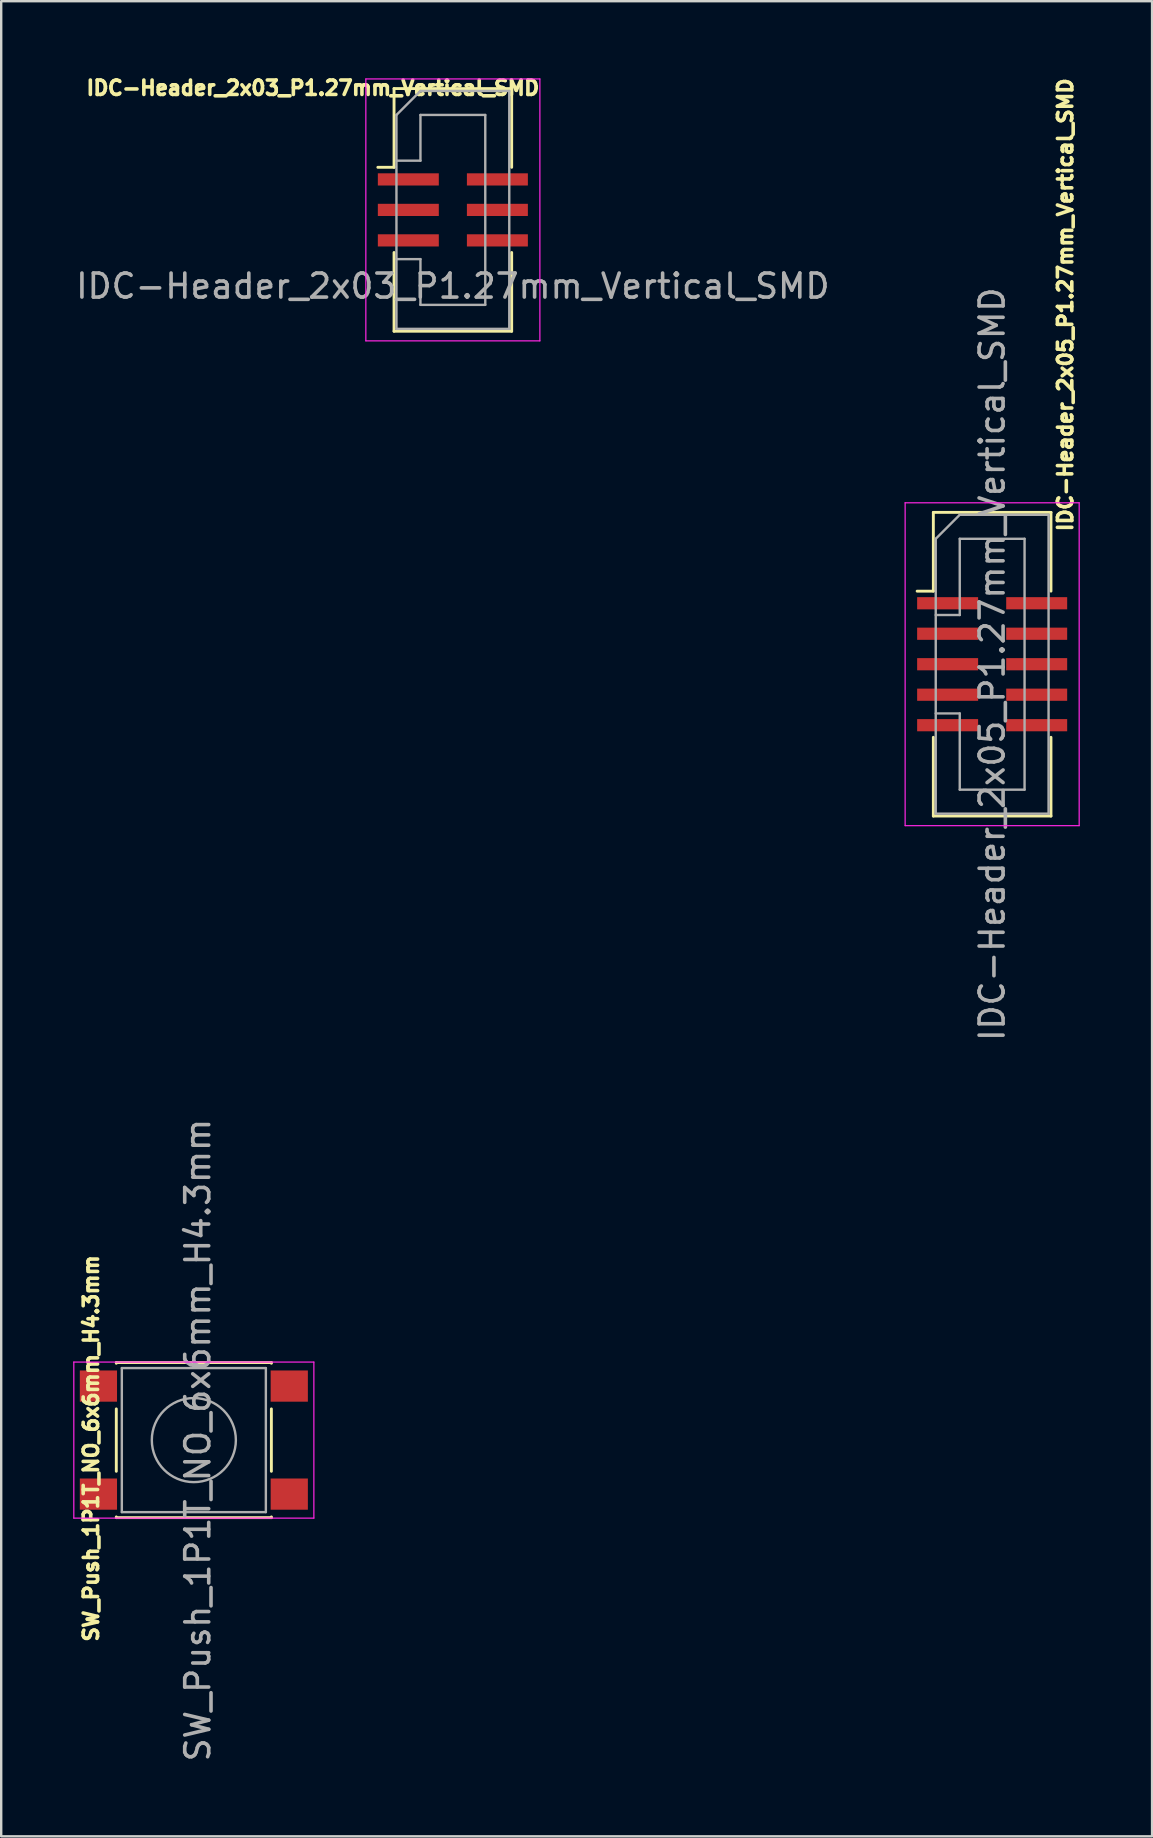
<source format=kicad_pcb>
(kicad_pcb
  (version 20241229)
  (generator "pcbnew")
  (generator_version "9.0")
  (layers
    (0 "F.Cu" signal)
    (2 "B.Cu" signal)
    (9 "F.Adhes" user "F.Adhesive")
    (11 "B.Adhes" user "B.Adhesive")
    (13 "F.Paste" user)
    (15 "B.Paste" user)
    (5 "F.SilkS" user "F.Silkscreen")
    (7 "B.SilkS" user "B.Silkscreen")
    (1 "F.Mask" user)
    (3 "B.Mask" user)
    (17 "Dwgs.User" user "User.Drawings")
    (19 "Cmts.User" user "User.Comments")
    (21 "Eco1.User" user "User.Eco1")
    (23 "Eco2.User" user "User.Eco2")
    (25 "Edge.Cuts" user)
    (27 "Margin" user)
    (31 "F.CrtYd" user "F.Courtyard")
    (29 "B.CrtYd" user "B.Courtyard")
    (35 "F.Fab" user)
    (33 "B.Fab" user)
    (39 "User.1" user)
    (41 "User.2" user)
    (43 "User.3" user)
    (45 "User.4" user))
  (footprint "IDC-Header_2x05_P1.27mm_Vertical_SMD"
    (layer "F.Cu")
    (at 37.646 22.08)
    (property "Reference" "IDC-Header_2x05_P1.27mm_Vertical_SMD" (at 3.683 -2.921 90) (layer "F.SilkS") (effects (font (size 0.6 0.6) (thickness 0.15)) (justify left)))
    (attr smd)
    (fp_line (start -2.49 -0.504) (end -1.815 -0.504) (stroke (width 0.12) (type solid)) (layer "F.SilkS"))
    (fp_line (start -1.815 -3.785) (end 3.085 -3.785) (stroke (width 0.12) (type solid)) (layer "F.SilkS"))
    (fp_line (start -1.815 -0.504) (end -1.815 -3.785) (stroke (width 0.12) (type solid)) (layer "F.SilkS"))
    (fp_line (start -1.815 5.584) (end -1.815 8.865) (stroke (width 0.12) (type solid)) (layer "F.SilkS"))
    (fp_line (start -1.815 8.865) (end 3.085 8.865) (stroke (width 0.12) (type solid)) (layer "F.SilkS"))
    (fp_line (start 3.085 -3.785) (end 3.085 -0.504) (stroke (width 0.12) (type solid)) (layer "F.SilkS"))
    (fp_line (start 3.085 8.865) (end 3.085 5.584) (stroke (width 0.12) (type solid)) (layer "F.SilkS"))
    (fp_line (start -2.99 -4.185) (end -2.99 9.265) (stroke (width 0.05) (type solid)) (layer "F.CrtYd"))
    (fp_line (start -2.99 9.265) (end 4.26 9.265) (stroke (width 0.05) (type solid)) (layer "F.CrtYd"))
    (fp_line (start 4.26 -4.185) (end -2.99 -4.185) (stroke (width 0.05) (type solid)) (layer "F.CrtYd"))
    (fp_line (start 4.26 9.265) (end 4.26 -4.185) (stroke (width 0.05) (type solid)) (layer "F.CrtYd"))
    (fp_line (start -1.715 -2.685) (end -0.715 -3.685) (stroke (width 0.1) (type solid)) (layer "F.Fab"))
    (fp_line (start -1.715 0.49) (end -0.715 0.49) (stroke (width 0.1) (type solid)) (layer "F.Fab"))
    (fp_line (start -1.715 8.765) (end -1.715 -2.685) (stroke (width 0.1) (type solid)) (layer "F.Fab"))
    (fp_line (start -0.715 -3.685) (end 2.985 -3.685) (stroke (width 0.1) (type solid)) (layer "F.Fab"))
    (fp_line (start -0.715 -2.685) (end 1.985 -2.685) (stroke (width 0.1) (type solid)) (layer "F.Fab"))
    (fp_line (start -0.715 0.49) (end -0.715 -2.685) (stroke (width 0.1) (type solid)) (layer "F.Fab"))
    (fp_line (start -0.715 4.59) (end -1.715 4.59) (stroke (width 0.1) (type solid)) (layer "F.Fab"))
    (fp_line (start -0.715 7.765) (end -0.715 4.59) (stroke (width 0.1) (type solid)) (layer "F.Fab"))
    (fp_line (start 1.985 -2.685) (end 1.985 7.765) (stroke (width 0.1) (type solid)) (layer "F.Fab"))
    (fp_line (start 1.985 7.765) (end -0.715 7.765) (stroke (width 0.1) (type solid)) (layer "F.Fab"))
    (fp_line (start 2.985 -3.685) (end 2.985 8.765) (stroke (width 0.1) (type solid)) (layer "F.Fab"))
    (fp_line (start 2.985 8.765) (end -1.715 8.765) (stroke (width 0.1) (type solid)) (layer "F.Fab"))
    (fp_text user "${REFERENCE}" (at 0.635 2.54 270) (layer "F.Fab") (effects (font (size 1 1) (thickness 0.15))))
    (pad "1" smd rect (at -1.22 0) (size 2.54 0.508) (layers "F.Cu" "F.Mask" "F.Paste"))
    (pad "2" smd rect (at 2.49 0) (size 2.54 0.508) (layers "F.Cu" "F.Mask" "F.Paste"))
    (pad "3" smd rect (at -1.22 1.27) (size 2.54 0.508) (layers "F.Cu" "F.Mask" "F.Paste"))
    (pad "4" smd rect (at 2.49 1.27) (size 2.54 0.508) (layers "F.Cu" "F.Mask" "F.Paste"))
    (pad "5" smd rect (at -1.22 2.54) (size 2.54 0.508) (layers "F.Cu" "F.Mask" "F.Paste"))
    (pad "6" smd rect (at 2.49 2.54) (size 2.54 0.508) (layers "F.Cu" "F.Mask" "F.Paste"))
    (pad "7" smd rect (at -1.22 3.81) (size 2.54 0.508) (layers "F.Cu" "F.Mask" "F.Paste"))
    (pad "8" smd rect (at 2.49 3.81) (size 2.54 0.508) (layers "F.Cu" "F.Mask" "F.Paste"))
    (pad "9" smd rect (at -1.22 5.08) (size 2.54 0.508) (layers "F.Cu" "F.Mask" "F.Paste"))
    (pad "10" smd rect (at 2.49 5.08) (size 2.54 0.508) (layers "F.Cu" "F.Mask" "F.Paste")))
  (footprint "SW_Push_1P1T_NO_6x6mm_H4.3mm"
    (layer "F.Cu")
    (at 5.025 56.941)
    (property "Reference" "SW_Push_1P1T_NO_6x6mm_H4.3mm" (at -4.28 0.345 90) (layer "F.SilkS") (effects (font (size 0.6 0.6) (thickness 0.15))))
    (attr smd)
    (fp_line (start -3.23 -3.23) (end 3.23 -3.23) (stroke (width 0.12) (type solid)) (layer "F.SilkS"))
    (fp_line (start -3.23 -3.2) (end -3.23 -3.23) (stroke (width 0.12) (type solid)) (layer "F.SilkS"))
    (fp_line (start -3.23 -1.3) (end -3.23 1.3) (stroke (width 0.12) (type solid)) (layer "F.SilkS"))
    (fp_line (start -3.23 3.23) (end -3.23 3.2) (stroke (width 0.12) (type solid)) (layer "F.SilkS"))
    (fp_line (start -3.23 3.23) (end 3.23 3.23) (stroke (width 0.12) (type solid)) (layer "F.SilkS"))
    (fp_line (start 3.23 -3.23) (end 3.23 -3.2) (stroke (width 0.12) (type solid)) (layer "F.SilkS"))
    (fp_line (start 3.23 -1.3) (end 3.23 1.3) (stroke (width 0.12) (type solid)) (layer "F.SilkS"))
    (fp_line (start 3.23 3.23) (end 3.23 3.2) (stroke (width 0.12) (type solid)) (layer "F.SilkS"))
    (fp_line (start -5 -3.25) (end -5 3.25) (stroke (width 0.05) (type solid)) (layer "F.CrtYd"))
    (fp_line (start -5 -3.25) (end 5 -3.25) (stroke (width 0.05) (type solid)) (layer "F.CrtYd"))
    (fp_line (start -5 3.25) (end 5 3.25) (stroke (width 0.05) (type solid)) (layer "F.CrtYd"))
    (fp_line (start 5 3.25) (end 5 -3.25) (stroke (width 0.05) (type solid)) (layer "F.CrtYd"))
    (fp_line (start -3 -3) (end -3 3) (stroke (width 0.1) (type solid)) (layer "F.Fab"))
    (fp_line (start -3 3) (end 3 3) (stroke (width 0.1) (type solid)) (layer "F.Fab"))
    (fp_line (start 3 -3) (end -3 -3) (stroke (width 0.1) (type solid)) (layer "F.Fab"))
    (fp_line (start 3 3) (end 3 -3) (stroke (width 0.1) (type solid)) (layer "F.Fab"))
    (fp_circle (center 0 0) (end 1.75 -0.05) (stroke (width 0.1) (type solid)) (fill no) (layer "F.Fab"))
    (fp_text user "${REFERENCE}" (at 0.165 0 90) (layer "F.Fab") (effects (font (size 1 1) (thickness 0.15))))
    (pad "1" smd rect (at -3.975 -2.25) (size 1.55 1.3) (layers "F.Cu" "F.Mask" "F.Paste"))
    (pad "1" smd rect (at 3.975 -2.25) (size 1.55 1.3) (layers "F.Cu" "F.Mask" "F.Paste"))
    (pad "2" smd rect (at -3.975 2.25) (size 1.55 1.3) (layers "F.Cu" "F.Mask" "F.Paste"))
    (pad "2" smd rect (at 3.975 2.25) (size 1.55 1.3) (layers "F.Cu" "F.Mask" "F.Paste")))
  (footprint "IDC-Header_2x03_P1.27mm_Vertical_SMD"
    (layer "F.Cu")
    (at 15.18 4.424)
    (property "Reference" "IDC-Header_2x03_P1.27mm_Vertical_SMD" (at 4.318 -3.81 0) (layer "F.SilkS") (effects (font (size 0.6 0.6) (thickness 0.15)) (justify right)))
    (attr smd)
    (fp_line (start -2.49 -0.504) (end -1.815 -0.504) (stroke (width 0.12) (type solid)) (layer "F.SilkS"))
    (fp_line (start -1.815 -3.785) (end 3.085 -3.785) (stroke (width 0.12) (type solid)) (layer "F.SilkS"))
    (fp_line (start -1.815 -0.504) (end -1.815 -3.785) (stroke (width 0.12) (type solid)) (layer "F.SilkS"))
    (fp_line (start -1.815 3.044) (end -1.815 6.325) (stroke (width 0.12) (type solid)) (layer "F.SilkS"))
    (fp_line (start -1.815 6.325) (end 3.085 6.325) (stroke (width 0.12) (type solid)) (layer "F.SilkS"))
    (fp_line (start 3.085 -3.785) (end 3.085 -0.504) (stroke (width 0.12) (type solid)) (layer "F.SilkS"))
    (fp_line (start 3.085 6.325) (end 3.085 3.044) (stroke (width 0.12) (type solid)) (layer "F.SilkS"))
    (fp_line (start -2.99 -4.185) (end -2.99 6.725) (stroke (width 0.05) (type solid)) (layer "F.CrtYd"))
    (fp_line (start -2.99 6.725) (end 4.26 6.725) (stroke (width 0.05) (type solid)) (layer "F.CrtYd"))
    (fp_line (start 4.26 -4.185) (end -2.99 -4.185) (stroke (width 0.05) (type solid)) (layer "F.CrtYd"))
    (fp_line (start 4.26 6.725) (end 4.26 -4.185) (stroke (width 0.05) (type solid)) (layer "F.CrtYd"))
    (fp_line (start -1.715 -2.685) (end -0.715 -3.685) (stroke (width 0.1) (type solid)) (layer "F.Fab"))
    (fp_line (start -1.715 -0.78) (end -0.715 -0.78) (stroke (width 0.1) (type solid)) (layer "F.Fab"))
    (fp_line (start -1.715 6.225) (end -1.715 -2.685) (stroke (width 0.1) (type solid)) (layer "F.Fab"))
    (fp_line (start -0.715 -3.685) (end 2.985 -3.685) (stroke (width 0.1) (type solid)) (layer "F.Fab"))
    (fp_line (start -0.715 -2.685) (end 1.985 -2.685) (stroke (width 0.1) (type solid)) (layer "F.Fab"))
    (fp_line (start -0.715 -0.78) (end -0.715 -2.685) (stroke (width 0.1) (type solid)) (layer "F.Fab"))
    (fp_line (start -0.715 3.32) (end -1.715 3.32) (stroke (width 0.1) (type solid)) (layer "F.Fab"))
    (fp_line (start -0.715 5.225) (end -0.715 3.32) (stroke (width 0.1) (type solid)) (layer "F.Fab"))
    (fp_line (start 1.985 -2.685) (end 1.985 5.225) (stroke (width 0.1) (type solid)) (layer "F.Fab"))
    (fp_line (start 1.985 5.225) (end -0.715 5.225) (stroke (width 0.1) (type solid)) (layer "F.Fab"))
    (fp_line (start 2.985 -3.685) (end 2.985 6.225) (stroke (width 0.1) (type solid)) (layer "F.Fab"))
    (fp_line (start 2.985 6.225) (end -1.715 6.225) (stroke (width 0.1) (type solid)) (layer "F.Fab"))
    (fp_text user "${REFERENCE}" (at 0.635 4.445 180) (layer "F.Fab") (effects (font (size 1 1) (thickness 0.15))))
    (pad "1" smd rect (at -1.22 0) (size 2.54 0.508) (layers "F.Cu" "F.Mask" "F.Paste"))
    (pad "2" smd rect (at 2.49 0) (size 2.54 0.508) (layers "F.Cu" "F.Mask" "F.Paste"))
    (pad "3" smd rect (at -1.22 1.27) (size 2.54 0.508) (layers "F.Cu" "F.Mask" "F.Paste"))
    (pad "4" smd rect (at 2.49 1.27) (size 2.54 0.508) (layers "F.Cu" "F.Mask" "F.Paste"))
    (pad "5" smd rect (at -1.22 2.54) (size 2.54 0.508) (layers "F.Cu" "F.Mask" "F.Paste"))
    (pad "6" smd rect (at 2.49 2.54) (size 2.54 0.508) (layers "F.Cu" "F.Mask" "F.Paste")))
  (gr_rect
    (start -3 -3)
    (end 44.943 73.447)
    (stroke (width 0.1) (type default))
    (fill no)
    (layer "Edge.Cuts")))
</source>
